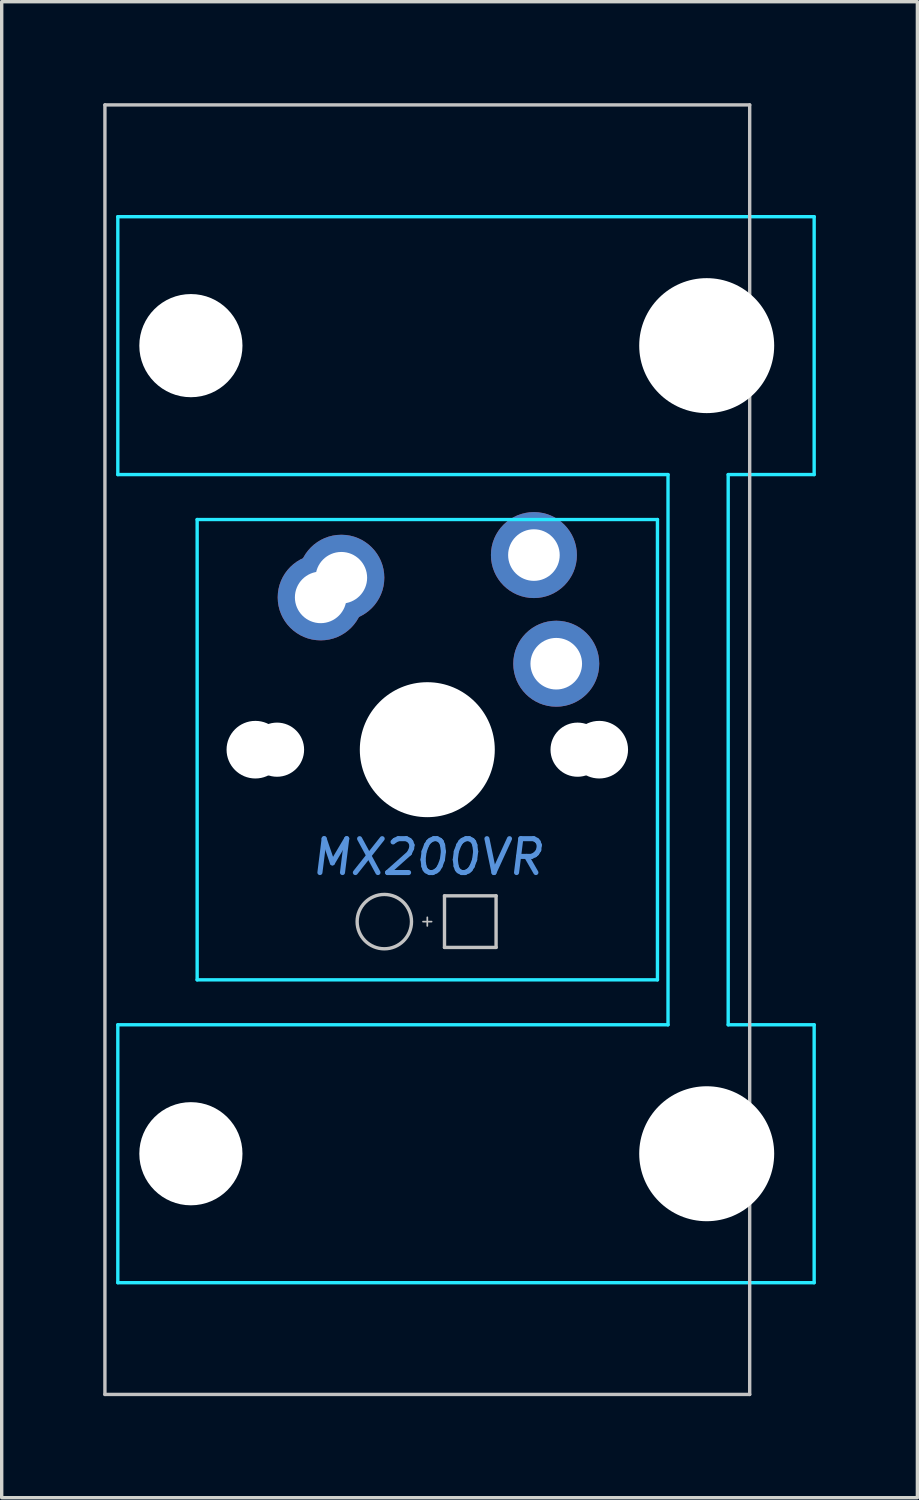
<source format=kicad_pcb>
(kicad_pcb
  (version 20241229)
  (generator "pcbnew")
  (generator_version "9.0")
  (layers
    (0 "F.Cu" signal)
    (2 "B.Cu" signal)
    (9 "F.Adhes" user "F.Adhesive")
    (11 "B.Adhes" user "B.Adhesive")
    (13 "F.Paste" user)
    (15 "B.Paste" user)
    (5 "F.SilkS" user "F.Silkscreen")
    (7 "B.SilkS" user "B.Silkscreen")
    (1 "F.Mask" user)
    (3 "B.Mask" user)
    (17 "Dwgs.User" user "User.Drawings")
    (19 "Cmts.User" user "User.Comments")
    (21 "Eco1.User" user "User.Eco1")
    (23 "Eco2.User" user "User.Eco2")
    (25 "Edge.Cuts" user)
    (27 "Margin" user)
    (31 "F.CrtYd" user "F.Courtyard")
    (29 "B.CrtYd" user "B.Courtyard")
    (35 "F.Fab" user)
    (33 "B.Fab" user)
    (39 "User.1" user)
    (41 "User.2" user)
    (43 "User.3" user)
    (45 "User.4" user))
  (footprint "MX200VR"
    (layer "F.Cu")
    (at 9.575 19.1)
    (property "Reference" "MX200VR" (at 0 3.175 0) (layer "Cmts.User") (effects (font (size 1 1) (thickness 0.15) (italic yes))))
    (attr through_hole)
    (fp_line (start -9.525 -19.05) (end -9.525 19.05) (stroke (width 0.1) (type solid)) (layer "Dwgs.User"))
    (fp_line (start -0.127 5.08) (end 0.127 5.08) (stroke (width 0.05) (type solid)) (layer "Dwgs.User"))
    (fp_line (start 0 5.207) (end 0 4.953) (stroke (width 0.05) (type solid)) (layer "Dwgs.User"))
    (fp_line (start 0.508 4.318) (end 0.508 5.842) (stroke (width 0.1) (type solid)) (layer "Dwgs.User"))
    (fp_line (start 0.508 4.318) (end 2.032 4.318) (stroke (width 0.1) (type solid)) (layer "Dwgs.User"))
    (fp_line (start 0.508 5.842) (end 2.032 5.842) (stroke (width 0.1) (type solid)) (layer "Dwgs.User"))
    (fp_line (start 2.032 5.842) (end 2.032 4.318) (stroke (width 0.1) (type solid)) (layer "Dwgs.User"))
    (fp_line (start 9.525 -19.05) (end -9.525 -19.05) (stroke (width 0.1) (type solid)) (layer "Dwgs.User"))
    (fp_line (start 9.525 -19.05) (end 9.525 19.05) (stroke (width 0.1) (type solid)) (layer "Dwgs.User"))
    (fp_line (start 9.525 19.05) (end -9.525 19.05) (stroke (width 0.1) (type solid)) (layer "Dwgs.User"))
    (fp_circle (center -1.27 5.08) (end -0.467 5.08) (stroke (width 0.1) (type solid)) (fill no) (layer "Dwgs.User"))
    (fp_line (start -6.985 6.604) (end -6.985 -6.604) (stroke (width 0.1) (type solid)) (layer "Eco1.User"))
    (fp_line (start -5.69 -15.773) (end -5.69 -9.881) (stroke (width 0.1) (type solid)) (layer "Eco1.User"))
    (fp_line (start -5.69 15.773) (end -5.69 9.881) (stroke (width 0.1) (type solid)) (layer "Eco1.User"))
    (fp_line (start -5.309 -9.5) (end -5.258 -9.5) (stroke (width 0.1) (type solid)) (layer "Eco1.User"))
    (fp_line (start -5.309 9.5) (end -5.258 9.5) (stroke (width 0.1) (type solid)) (layer "Eco1.User"))
    (fp_line (start -5.258 -6.985) (end -6.604 -6.985) (stroke (width 0.1) (type solid)) (layer "Eco1.User"))
    (fp_line (start -5.258 6.985) (end -6.604 6.985) (stroke (width 0.1) (type solid)) (layer "Eco1.User"))
    (fp_line (start -4.877 -9.119) (end -4.877 -7.366) (stroke (width 0.1) (type solid)) (layer "Eco1.User"))
    (fp_line (start -4.877 9.119) (end -4.877 7.366) (stroke (width 0.1) (type solid)) (layer "Eco1.User"))
    (fp_line (start -3.683 -16.154) (end -5.309 -16.154) (stroke (width 0.1) (type solid)) (layer "Eco1.User"))
    (fp_line (start -3.683 16.154) (end -5.309 16.154) (stroke (width 0.1) (type solid)) (layer "Eco1.User"))
    (fp_line (start -3.302 -16.789) (end -3.302 -16.535) (stroke (width 0.1) (type solid)) (layer "Eco1.User"))
    (fp_line (start -3.302 16.789) (end -3.302 16.535) (stroke (width 0.1) (type solid)) (layer "Eco1.User"))
    (fp_line (start -2.159 0) (end 2.159 0) (stroke (width 0.1) (type solid)) (layer "Eco1.User"))
    (fp_line (start -0.889 -17.17) (end -2.921 -17.17) (stroke (width 0.1) (type solid)) (layer "Eco1.User"))
    (fp_line (start -0.889 17.17) (end -2.921 17.17) (stroke (width 0.1) (type solid)) (layer "Eco1.User"))
    (fp_line (start -0.508 -16.535) (end -0.508 -16.789) (stroke (width 0.1) (type solid)) (layer "Eco1.User"))
    (fp_line (start -0.508 16.535) (end -0.508 16.789) (stroke (width 0.1) (type solid)) (layer "Eco1.User"))
    (fp_line (start 0 -2.159) (end 0 2.159) (stroke (width 0.1) (type solid)) (layer "Eco1.User"))
    (fp_line (start 5.817 -7.366) (end 5.817 -9.119) (stroke (width 0.1) (type solid)) (layer "Eco1.User"))
    (fp_line (start 5.817 7.366) (end 5.817 9.119) (stroke (width 0.1) (type solid)) (layer "Eco1.User"))
    (fp_line (start 6.198 -9.5) (end 6.223 -9.5) (stroke (width 0.1) (type solid)) (layer "Eco1.User"))
    (fp_line (start 6.198 9.5) (end 6.223 9.5) (stroke (width 0.1) (type solid)) (layer "Eco1.User"))
    (fp_line (start 6.223 -16.154) (end -0.127 -16.154) (stroke (width 0.1) (type solid)) (layer "Eco1.User"))
    (fp_line (start 6.223 16.154) (end -0.127 16.154) (stroke (width 0.1) (type solid)) (layer "Eco1.User"))
    (fp_line (start 6.604 -6.985) (end 6.197 -6.985) (stroke (width 0.1) (type solid)) (layer "Eco1.User"))
    (fp_line (start 6.604 6.985) (end 6.197 6.985) (stroke (width 0.1) (type solid)) (layer "Eco1.User"))
    (fp_line (start 6.604 -14.732) (end 6.604 -15.773) (stroke (width 0.1) (type solid)) (layer "Eco1.User"))
    (fp_line (start 6.604 -9.881) (end 6.604 -10.922) (stroke (width 0.1) (type solid)) (layer "Eco1.User"))
    (fp_line (start 6.604 9.881) (end 6.604 10.922) (stroke (width 0.1) (type solid)) (layer "Eco1.User"))
    (fp_line (start 6.604 14.732) (end 6.604 15.773) (stroke (width 0.1) (type solid)) (layer "Eco1.User"))
    (fp_line (start 6.985 -6.604) (end 6.985 6.604) (stroke (width 0.1) (type solid)) (layer "Eco1.User"))
    (fp_line (start 6.985 -11.303) (end 7.391 -11.303) (stroke (width 0.1) (type solid)) (layer "Eco1.User"))
    (fp_line (start 6.985 11.303) (end 7.391 11.303) (stroke (width 0.1) (type solid)) (layer "Eco1.User"))
    (fp_line (start 7.391 -14.351) (end 6.985 -14.351) (stroke (width 0.1) (type solid)) (layer "Eco1.User"))
    (fp_line (start 7.391 14.351) (end 6.985 14.351) (stroke (width 0.1) (type solid)) (layer "Eco1.User"))
    (fp_line (start 7.772 -11.684) (end 7.772 -13.97) (stroke (width 0.1) (type solid)) (layer "Eco1.User"))
    (fp_line (start 7.772 11.684) (end 7.772 13.97) (stroke (width 0.1) (type solid)) (layer "Eco1.User"))
    (fp_arc (start -6.985 -6.604) (mid -6.873408 -6.873408) (end -6.604 -6.985) (stroke (width 0.1) (type solid)) (layer "Eco1.User"))
    (fp_arc (start -6.604 6.985) (mid -6.873408 6.873408) (end -6.985 6.604) (stroke (width 0.1) (type solid)) (layer "Eco1.User"))
    (fp_arc (start -5.6896 -15.7734) (mid -5.578008 -16.042808) (end -5.3086 -16.1544) (stroke (width 0.1) (type solid)) (layer "Eco1.User"))
    (fp_arc (start -5.6896 9.8806) (mid -5.578008 9.611192) (end -5.3086 9.4996) (stroke (width 0.1) (type solid)) (layer "Eco1.User"))
    (fp_arc (start -5.3086 -9.4996) (mid -5.578008 -9.611192) (end -5.6896 -9.8806) (stroke (width 0.1) (type solid)) (layer "Eco1.User"))
    (fp_arc (start -5.3086 16.1544) (mid -5.578008 16.042808) (end -5.6896 15.7734) (stroke (width 0.1) (type solid)) (layer "Eco1.User"))
    (fp_arc (start -5.2578 -9.4996) (mid -4.988392 -9.388008) (end -4.8768 -9.1186) (stroke (width 0.1) (type solid)) (layer "Eco1.User"))
    (fp_arc (start -5.2578 6.985) (mid -4.988392 7.096592) (end -4.8768 7.366) (stroke (width 0.1) (type solid)) (layer "Eco1.User"))
    (fp_arc (start -4.8768 -7.366) (mid -4.988392 -7.096592) (end -5.2578 -6.985) (stroke (width 0.1) (type solid)) (layer "Eco1.User"))
    (fp_arc (start -4.8768 9.1186) (mid -4.988392 9.388008) (end -5.2578 9.4996) (stroke (width 0.1) (type solid)) (layer "Eco1.User"))
    (fp_arc (start -3.683 16.1544) (mid -3.413592 16.265992) (end -3.302 16.5354) (stroke (width 0.1) (type solid)) (layer "Eco1.User"))
    (fp_arc (start -3.302 -16.7894) (mid -3.190408 -17.058808) (end -2.921 -17.1704) (stroke (width 0.1) (type solid)) (layer "Eco1.User"))
    (fp_arc (start -3.302 -16.5354) (mid -3.413592 -16.265992) (end -3.683 -16.1544) (stroke (width 0.1) (type solid)) (layer "Eco1.User"))
    (fp_arc (start -2.921 17.1704) (mid -3.190408 17.058808) (end -3.302 16.7894) (stroke (width 0.1) (type solid)) (layer "Eco1.User"))
    (fp_arc (start -0.889 -17.1704) (mid -0.619592 -17.058808) (end -0.508 -16.7894) (stroke (width 0.1) (type solid)) (layer "Eco1.User"))
    (fp_arc (start -0.508 16.5354) (mid -0.396408 16.265992) (end -0.127 16.1544) (stroke (width 0.1) (type solid)) (layer "Eco1.User"))
    (fp_arc (start -0.508 16.7894) (mid -0.619592 17.058808) (end -0.889 17.1704) (stroke (width 0.1) (type solid)) (layer "Eco1.User"))
    (fp_arc (start -0.127 -16.1544) (mid -0.396408 -16.265992) (end -0.508 -16.5354) (stroke (width 0.1) (type solid)) (layer "Eco1.User"))
    (fp_arc (start 5.8166 -9.1186) (mid 5.928192 -9.388008) (end 6.1976 -9.4996) (stroke (width 0.1) (type solid)) (layer "Eco1.User"))
    (fp_arc (start 5.8166 7.366) (mid 5.928192 7.096592) (end 6.1976 6.985) (stroke (width 0.1) (type solid)) (layer "Eco1.User"))
    (fp_arc (start 6.1976 -6.985) (mid 5.928192 -7.096592) (end 5.8166 -7.366) (stroke (width 0.1) (type solid)) (layer "Eco1.User"))
    (fp_arc (start 6.1976 9.4996) (mid 5.928192 9.388008) (end 5.8166 9.1186) (stroke (width 0.1) (type solid)) (layer "Eco1.User"))
    (fp_arc (start 6.223 -16.1544) (mid 6.492408 -16.042808) (end 6.604 -15.7734) (stroke (width 0.1) (type solid)) (layer "Eco1.User"))
    (fp_arc (start 6.223 9.4996) (mid 6.492408 9.611192) (end 6.604 9.8806) (stroke (width 0.1) (type solid)) (layer "Eco1.User"))
    (fp_arc (start 6.604 -10.922) (mid 6.715592 -11.191408) (end 6.985 -11.303) (stroke (width 0.1) (type solid)) (layer "Eco1.User"))
    (fp_arc (start 6.604 -9.8806) (mid 6.492408 -9.611192) (end 6.223 -9.4996) (stroke (width 0.1) (type solid)) (layer "Eco1.User"))
    (fp_arc (start 6.604 -6.985) (mid 6.873408 -6.873408) (end 6.985 -6.604) (stroke (width 0.1) (type solid)) (layer "Eco1.User"))
    (fp_arc (start 6.604 14.732) (mid 6.715592 14.462592) (end 6.985 14.351) (stroke (width 0.1) (type solid)) (layer "Eco1.User"))
    (fp_arc (start 6.604 15.7734) (mid 6.492408 16.042808) (end 6.223 16.1544) (stroke (width 0.1) (type solid)) (layer "Eco1.User"))
    (fp_arc (start 6.985 -14.351) (mid 6.715592 -14.462592) (end 6.604 -14.732) (stroke (width 0.1) (type solid)) (layer "Eco1.User"))
    (fp_arc (start 6.985 6.604) (mid 6.873408 6.873408) (end 6.604 6.985) (stroke (width 0.1) (type solid)) (layer "Eco1.User"))
    (fp_arc (start 6.985 11.303) (mid 6.715592 11.191408) (end 6.604 10.922) (stroke (width 0.1) (type solid)) (layer "Eco1.User"))
    (fp_arc (start 7.3914 -14.351) (mid 7.660808 -14.239408) (end 7.7724 -13.97) (stroke (width 0.1) (type solid)) (layer "Eco1.User"))
    (fp_arc (start 7.3914 11.303) (mid 7.660808 11.414592) (end 7.7724 11.684) (stroke (width 0.1) (type solid)) (layer "Eco1.User"))
    (fp_arc (start 7.7724 -11.684) (mid 7.660808 -11.414592) (end 7.3914 -11.303) (stroke (width 0.1) (type solid)) (layer "Eco1.User"))
    (fp_arc (start 7.7724 13.97) (mid 7.660808 14.239408) (end 7.3914 14.351) (stroke (width 0.1) (type solid)) (layer "Eco1.User"))
    (fp_circle (center 0 0) (end 0 -1.994) (stroke (width 0.1) (type solid)) (fill no) (layer "Eco1.User"))
    (fp_line (start -9.144 -15.748) (end 11.43 -15.748) (stroke (width 0.1) (type solid)) (layer "B.CrtYd"))
    (fp_line (start -9.144 -8.128) (end -9.144 -15.748) (stroke (width 0.1) (type solid)) (layer "B.CrtYd"))
    (fp_line (start -9.144 -8.128) (end 7.112 -8.128) (stroke (width 0.1) (type solid)) (layer "B.CrtYd"))
    (fp_line (start -9.144 8.128) (end 7.112 8.128) (stroke (width 0.1) (type solid)) (layer "B.CrtYd"))
    (fp_line (start -9.144 15.748) (end -9.144 8.128) (stroke (width 0.1) (type solid)) (layer "B.CrtYd"))
    (fp_line (start -6.8 6.8) (end -6.8 -6.8) (stroke (width 0.1) (type solid)) (layer "B.CrtYd"))
    (fp_line (start 6.8 -6.8) (end -6.8 -6.8) (stroke (width 0.1) (type solid)) (layer "B.CrtYd"))
    (fp_line (start 6.8 6.8) (end -6.8 6.8) (stroke (width 0.1) (type solid)) (layer "B.CrtYd"))
    (fp_line (start 6.8 6.8) (end 6.8 -6.8) (stroke (width 0.1) (type solid)) (layer "B.CrtYd"))
    (fp_line (start 7.112 8.128) (end 7.112 -8.128) (stroke (width 0.1) (type solid)) (layer "B.CrtYd"))
    (fp_line (start 8.89 8.128) (end 8.89 -8.128) (stroke (width 0.1) (type solid)) (layer "B.CrtYd"))
    (fp_line (start 11.43 -15.748) (end 11.43 -8.128) (stroke (width 0.1) (type solid)) (layer "B.CrtYd"))
    (fp_line (start 11.43 -8.128) (end 8.89 -8.128) (stroke (width 0.1) (type solid)) (layer "B.CrtYd"))
    (fp_line (start 11.43 8.128) (end 8.89 8.128) (stroke (width 0.1) (type solid)) (layer "B.CrtYd"))
    (fp_line (start 11.43 8.128) (end 11.43 15.748) (stroke (width 0.1) (type solid)) (layer "B.CrtYd"))
    (fp_line (start 11.43 15.748) (end -9.144 15.748) (stroke (width 0.1) (type solid)) (layer "B.CrtYd"))
    (pad "" np_thru_hole circle (at -6.985 -11.938 90) (size 3.048 3.048) (drill 3.048) (layers "*.Cu" "*.Mask"))
    (pad "" np_thru_hole circle (at -6.985 11.938 90) (size 3.048 3.048) (drill 3.048) (layers "*.Cu" "*.Mask"))
    (pad "" np_thru_hole circle (at -5.08 0) (size 1.702 1.702) (drill 1.702) (layers "*.Cu" "*.Mask"))
    (pad "" np_thru_hole circle (at -4.44 0) (size 1.6 1.6) (drill 1.6) (layers "*.Cu" "*.Mask"))
    (pad "" np_thru_hole circle (at 0 0) (size 3.988 3.988) (drill 3.988) (layers "*.Cu" "*.Mask"))
    (pad "" np_thru_hole circle (at 4.44 0) (size 1.6 1.6) (drill 1.6) (layers "*.Cu" "*.Mask"))
    (pad "" np_thru_hole circle (at 5.08 0) (size 1.702 1.702) (drill 1.702) (layers "*.Cu" "*.Mask"))
    (pad "" np_thru_hole circle (at 8.255 -11.938 90) (size 3.988 3.988) (drill 3.988) (layers "*.Cu" "*.Mask"))
    (pad "" np_thru_hole circle (at 8.255 11.938 90) (size 3.988 3.988) (drill 3.988) (layers "*.Cu" "*.Mask"))
    (pad "1" thru_hole circle (at -3.15 -4.5) (size 2.54 2.54) (drill 1.524) (layers "*.Cu" "*.Mask"))
    (pad "1" thru_hole circle (at -2.54 -5.08) (size 2.54 2.54) (drill 1.524) (layers "*.Cu" "*.Mask"))
    (pad "2" thru_hole circle (at 3.15 -5.75) (size 2.54 2.54) (drill 1.524) (layers "*.Cu" "*.Mask"))
    (pad "2" thru_hole circle (at 3.81 -2.54) (size 2.54 2.54) (drill 1.524) (layers "*.Cu" "*.Mask")))
  (gr_rect
    (start -3 -3)
    (end 24.055 41.2)
    (stroke (width 0.1) (type default))
    (fill no)
    (layer "Edge.Cuts")))
</source>
